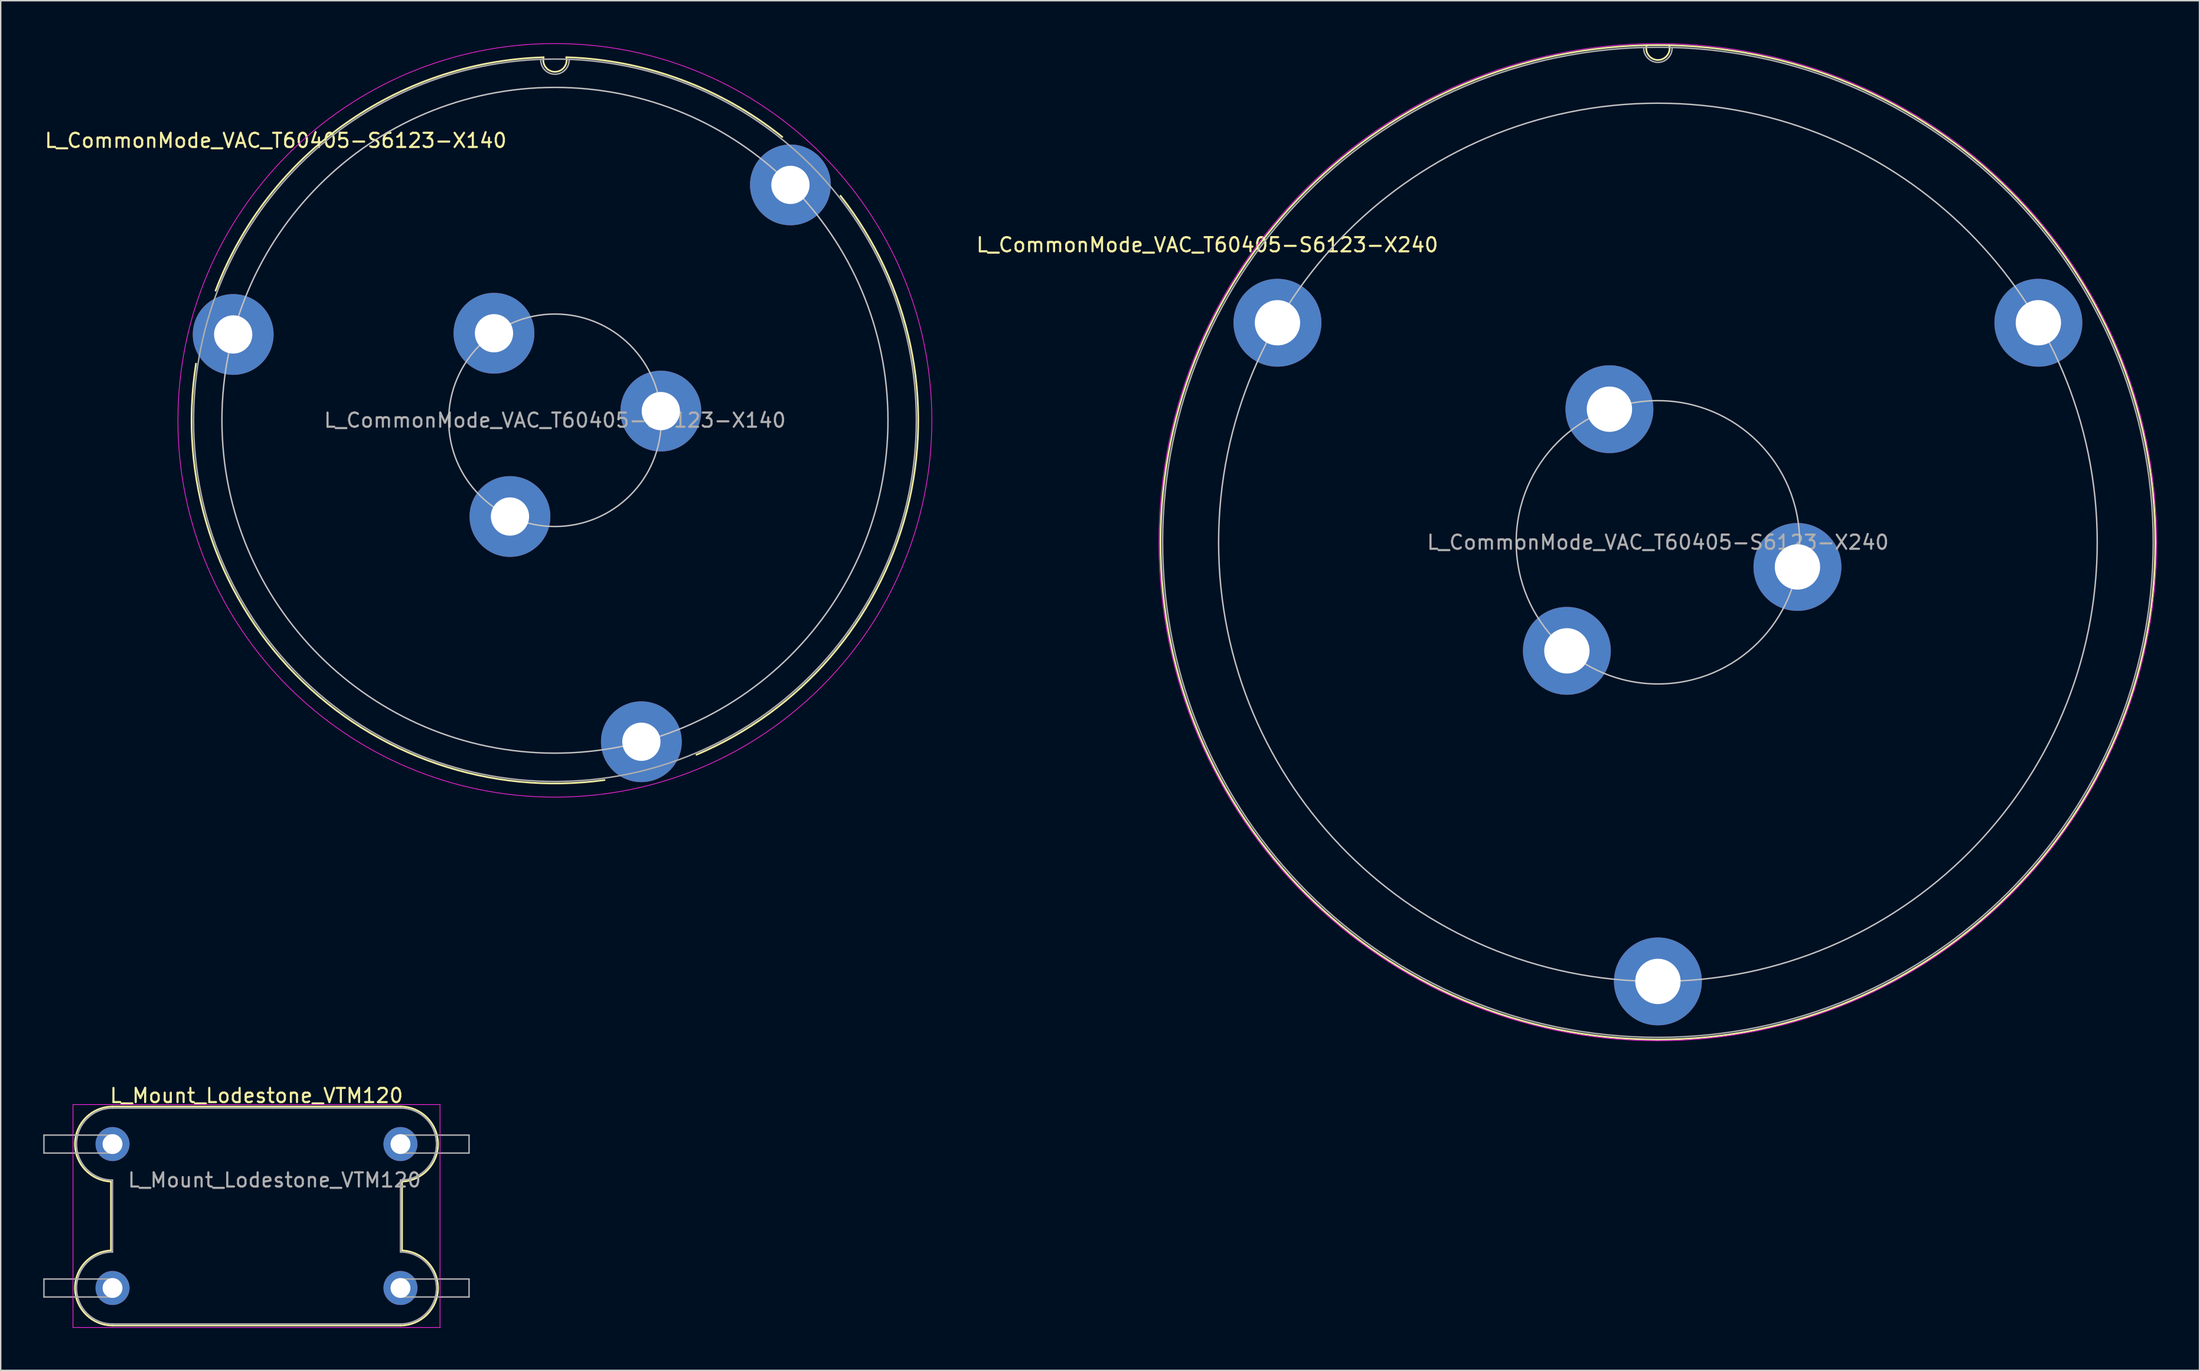
<source format=kicad_pcb>
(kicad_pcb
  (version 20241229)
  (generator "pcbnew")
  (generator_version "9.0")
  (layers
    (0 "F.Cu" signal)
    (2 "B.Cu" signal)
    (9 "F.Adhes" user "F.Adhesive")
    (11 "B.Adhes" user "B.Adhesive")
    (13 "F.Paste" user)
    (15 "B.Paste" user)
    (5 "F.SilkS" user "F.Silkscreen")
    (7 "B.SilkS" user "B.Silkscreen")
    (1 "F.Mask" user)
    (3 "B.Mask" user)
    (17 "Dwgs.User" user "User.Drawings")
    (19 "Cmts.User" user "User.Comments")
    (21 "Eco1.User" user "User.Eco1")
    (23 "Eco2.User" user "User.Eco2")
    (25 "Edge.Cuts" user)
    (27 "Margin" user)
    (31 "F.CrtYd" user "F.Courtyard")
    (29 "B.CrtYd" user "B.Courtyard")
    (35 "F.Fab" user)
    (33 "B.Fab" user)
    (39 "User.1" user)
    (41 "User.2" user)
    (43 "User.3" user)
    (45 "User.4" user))
  (footprint "L_CommonMode_VAC_T60405-S6123-X140"
    (layer "F.Cu")
    (at 32.936 33.415)
    (property "Reference" "L_CommonMode_VAC_T60405-S6123-X140" (at -16.526 -26.545 0) (unlocked yes) (layer "F.SilkS") (effects (font (size 1 1) (thickness 0.15))))
    (attr through_hole)
    (fp_arc (start -20.775644 -15.945104) (mid -11.691819 -27.683423) (end 2.374439 -32.420973) (stroke (width 0.12) (type solid)) (layer "F.SilkS"))
    (fp_arc (start 3.974355 -32.423677) (mid 3.174355 -31.395104) (end 2.374355 -32.423677) (stroke (width 0.12) (type solid)) (layer "F.SilkS"))
    (fp_arc (start 3.974355 -32.423677) (mid 12.053064 -30.84988) (end 19.216948 -26.797578) (stroke (width 0.12) (type solid)) (layer "F.SilkS"))
    (fp_arc (start 6.674355 18.604896) (mid -15.133479 11.157072) (end -22.154755 -10.791809) (stroke (width 0.12) (type solid)) (layer "F.SilkS"))
    (fp_arc (start 23.324355 -22.645104) (mid 28.000638 -0.399745) (end 13.158587 16.817604) (stroke (width 0.12) (type solid)) (layer "F.SilkS"))
    (fp_circle (center 3.174 -6.795) (end 10.674 -6.795) (stroke (width 0.1) (type solid)) (fill no) (layer "Dwgs.User"))
    (fp_circle (center 3.174 -6.795) (end 26.674 -6.795) (stroke (width 0.1) (type solid)) (fill no) (layer "Dwgs.User"))
    (fp_circle (center 3.17 -6.79) (end 29.77 -6.79) (stroke (width 0.05) (type solid)) (fill no) (layer "F.CrtYd"))
    (fp_arc (start 4.174355 -32.223677) (mid 3.174355 -31.223677) (end 2.174355 -32.223677) (stroke (width 0.1) (type solid)) (layer "F.Fab"))
    (fp_circle (center 3.174 -6.795) (end 28.674 -6.795) (stroke (width 0.1) (type solid)) (fill no) (layer "F.Fab"))
    (fp_text user "${REFERENCE}" (at 3.174 -6.795 0) (unlocked yes) (layer "F.Fab") (effects (font (size 1 1) (thickness 0.15))))
    (pad "1" thru_hole circle (at 0 0) (size 5.7 5.7) (drill 2.7) (layers "*.Cu" "*.Mask"))
    (pad "2" thru_hole circle (at -19.531 -12.853) (size 5.7 5.7) (drill 2.7) (layers "*.Cu" "*.Mask"))
    (pad "3" thru_hole circle (at -1.127 -12.939) (size 5.7 5.7) (drill 2.7) (layers "*.Cu" "*.Mask"))
    (pad "4" thru_hole circle (at 19.791 -23.412) (size 5.7 5.7) (drill 2.7) (layers "*.Cu" "*.Mask"))
    (pad "5" thru_hole circle (at 10.646 -7.443) (size 5.7 5.7) (drill 2.7) (layers "*.Cu" "*.Mask"))
    (pad "6" thru_hole circle (at 9.273 15.9) (size 5.7 5.7) (drill 2.7) (layers "*.Cu" "*.Mask")))
  (footprint "L_CommonMode_VAC_T60405-S6123-X240"
    (layer "F.Cu")
    (at 87.095 19.735)
    (property "Reference" "L_CommonMode_VAC_T60405-S6123-X240" (at -4.953 -5.5 0) (unlocked yes) (layer "F.SilkS") (effects (font (size 1 1) (thickness 0.15))))
    (attr through_hole)
    (fp_arc (start 27.646929 -19.582912) (mid 26.846929 -18.550244) (end 26.046929 -19.582912) (stroke (width 0.12) (type solid)) (layer "F.SilkS"))
    (fp_circle (center 26.847 15.5) (end 61.947 15.5) (stroke (width 0.12) (type solid)) (fill no) (layer "F.SilkS"))
    (fp_circle (center 26.847 15.5) (end 36.847 15.5) (stroke (width 0.1) (type solid)) (fill no) (layer "Dwgs.User"))
    (fp_circle (center 26.847 15.5) (end 57.847 15.5) (stroke (width 0.1) (type solid)) (fill no) (layer "Dwgs.User"))
    (fp_circle (center 26.84 15.49) (end 62.04 15.49) (stroke (width 0.05) (type solid)) (fill no) (layer "F.CrtYd"))
    (fp_arc (start 27.846929 -19.382912) (mid 26.846929 -18.382912) (end 25.846929 -19.382912) (stroke (width 0.1) (type solid)) (layer "F.Fab"))
    (fp_circle (center 26.847 15.5) (end 61.797 15.5) (stroke (width 0.1) (type solid)) (fill no) (layer "F.Fab"))
    (fp_text user "${REFERENCE}" (at 26.847 15.5 0) (unlocked yes) (layer "F.Fab") (effects (font (size 1 1) (thickness 0.15))))
    (pad "1" thru_hole circle (at 0 0) (size 6.2 6.2) (drill 3.2) (layers "*.Cu" "*.Mask"))
    (pad "2" thru_hole circle (at 20.423 23.163) (size 6.2 6.2) (drill 3.2) (layers "*.Cu" "*.Mask"))
    (pad "3" thru_hole circle (at 26.847 46.5) (size 6.2 6.2) (drill 3.2) (layers "*.Cu" "*.Mask"))
    (pad "4" thru_hole circle (at 36.694 17.24) (size 6.2 6.2) (drill 3.2) (layers "*.Cu" "*.Mask"))
    (pad "5" thru_hole circle (at 53.694 -0.00036) (size 6.2 6.2) (drill 3.2) (layers "*.Cu" "*.Mask"))
    (pad "6" thru_hole circle (at 23.426 6.103) (size 6.2 6.2) (drill 3.2) (layers "*.Cu" "*.Mask")))
  (footprint "L_Mount_Lodestone_VTM120"
    (layer "F.Cu")
    (at 4.89 87.878)
    (property "Reference" "L_Mount_Lodestone_VTM120" (at 10.16 -13.58 0) (layer "F.SilkS") (effects (font (size 1 1) (thickness 0.15))))
    (attr through_hole)
    (fp_line (start -0.11 -2.65) (end -0.11 -7.51) (stroke (width 0.12) (type solid)) (layer "F.SilkS"))
    (fp_line (start 0 -12.81) (end 20.32 -12.81) (stroke (width 0.12) (type solid)) (layer "F.SilkS"))
    (fp_line (start 0 2.65) (end 20.32 2.65) (stroke (width 0.12) (type solid)) (layer "F.SilkS"))
    (fp_line (start 20.43 -2.65) (end 20.43 -7.51) (stroke (width 0.12) (type solid)) (layer "F.SilkS"))
    (fp_arc (start -0.11097 -7.512325) (mid -2.649418 -10.215497) (end 0 -12.81) (stroke (width 0.12) (type solid)) (layer "F.SilkS"))
    (fp_arc (start 0 2.65) (mid -2.649419 0.055497) (end -0.11097 -2.647675) (stroke (width 0.12) (type solid)) (layer "F.SilkS"))
    (fp_arc (start 20.32 -12.81) (mid 22.969419 -10.215497) (end 20.43097 -7.512325) (stroke (width 0.12) (type solid)) (layer "F.SilkS"))
    (fp_arc (start 20.43097 -2.647675) (mid 22.969418 0.055497) (end 20.32 2.65) (stroke (width 0.12) (type solid)) (layer "F.SilkS"))
    (fp_line (start -2.79 -12.95) (end 23.11 -12.95) (stroke (width 0.05) (type solid)) (layer "F.CrtYd"))
    (fp_line (start -2.79 2.79) (end -2.79 -12.95) (stroke (width 0.05) (type solid)) (layer "F.CrtYd"))
    (fp_line (start -2.79 2.79) (end 23.11 2.79) (stroke (width 0.05) (type solid)) (layer "F.CrtYd"))
    (fp_line (start 23.11 2.79) (end 23.11 -12.95) (stroke (width 0.05) (type solid)) (layer "F.CrtYd"))
    (fp_line (start -4.84 -10.795) (end 0 -10.795) (stroke (width 0.1) (type solid)) (layer "F.Fab"))
    (fp_line (start -4.84 -9.525) (end -4.84 -10.795) (stroke (width 0.1) (type solid)) (layer "F.Fab"))
    (fp_line (start -4.84 -0.635) (end 0 -0.635) (stroke (width 0.1) (type solid)) (layer "F.Fab"))
    (fp_line (start -4.84 0.635) (end -4.84 -0.635) (stroke (width 0.1) (type solid)) (layer "F.Fab"))
    (fp_line (start 0 -12.7) (end 20.32 -12.7) (stroke (width 0.1) (type solid)) (layer "F.Fab"))
    (fp_line (start 0 -9.525) (end -4.84 -9.525) (stroke (width 0.1) (type solid)) (layer "F.Fab"))
    (fp_line (start 0 -2.54) (end 0 -7.62) (stroke (width 0.1) (type solid)) (layer "F.Fab"))
    (fp_line (start 0 0.635) (end -4.84 0.635) (stroke (width 0.1) (type solid)) (layer "F.Fab"))
    (fp_line (start 0 2.54) (end 20.32 2.54) (stroke (width 0.1) (type solid)) (layer "F.Fab"))
    (fp_line (start 20.32 -10.795) (end 25.16 -10.795) (stroke (width 0.1) (type solid)) (layer "F.Fab"))
    (fp_line (start 20.32 -2.54) (end 20.32 -7.62) (stroke (width 0.1) (type solid)) (layer "F.Fab"))
    (fp_line (start 20.32 -0.635) (end 25.16 -0.635) (stroke (width 0.1) (type solid)) (layer "F.Fab"))
    (fp_line (start 25.16 -10.795) (end 25.16 -9.525) (stroke (width 0.1) (type solid)) (layer "F.Fab"))
    (fp_line (start 25.16 -9.525) (end 20.32 -9.525) (stroke (width 0.1) (type solid)) (layer "F.Fab"))
    (fp_line (start 25.16 -0.635) (end 25.16 0.635) (stroke (width 0.1) (type solid)) (layer "F.Fab"))
    (fp_line (start 25.16 0.635) (end 20.32 0.635) (stroke (width 0.1) (type solid)) (layer "F.Fab"))
    (fp_arc (start 0 -10.795) (mid 0.635 -10.16) (end 0 -9.525) (stroke (width 0.1) (type solid)) (layer "F.Fab"))
    (fp_arc (start 0 -7.62) (mid -2.54 -10.16) (end 0 -12.7) (stroke (width 0.1) (type solid)) (layer "F.Fab"))
    (fp_arc (start 0 -0.635) (mid 0.635 0) (end 0 0.635) (stroke (width 0.1) (type solid)) (layer "F.Fab"))
    (fp_arc (start 0 2.54) (mid -2.54 0) (end 0 -2.54) (stroke (width 0.1) (type solid)) (layer "F.Fab"))
    (fp_arc (start 20.32 -12.7) (mid 22.86 -10.16) (end 20.32 -7.62) (stroke (width 0.1) (type solid)) (layer "F.Fab"))
    (fp_arc (start 20.32 -9.525) (mid 19.685 -10.16) (end 20.32 -10.795) (stroke (width 0.1) (type solid)) (layer "F.Fab"))
    (fp_arc (start 20.32 -2.54) (mid 22.86 0) (end 20.32 2.54) (stroke (width 0.1) (type solid)) (layer "F.Fab"))
    (fp_arc (start 20.32 0.635) (mid 19.685 0) (end 20.32 -0.635) (stroke (width 0.1) (type solid)) (layer "F.Fab"))
    (fp_text user "${REFERENCE}" (at 11.43 -7.62 0) (layer "F.Fab") (effects (font (size 1 1) (thickness 0.15))))
    (pad "1" thru_hole circle (at 0 0) (size 2.4 2.4) (drill 1.4) (layers "*.Cu" "*.Mask"))
    (pad "2" thru_hole circle (at 20.32 -10.16) (size 2.4 2.4) (drill 1.4) (layers "*.Cu" "*.Mask"))
    (pad "3" thru_hole circle (at 0 -10.16) (size 2.4 2.4) (drill 1.4) (layers "*.Cu" "*.Mask"))
    (pad "4" thru_hole circle (at 20.32 0) (size 2.4 2.4) (drill 1.4) (layers "*.Cu" "*.Mask")))
  (gr_rect
    (start -3 -3)
    (end 152.16 93.693)
    (stroke (width 0.1) (type default))
    (fill no)
    (layer "Edge.Cuts")))
</source>
